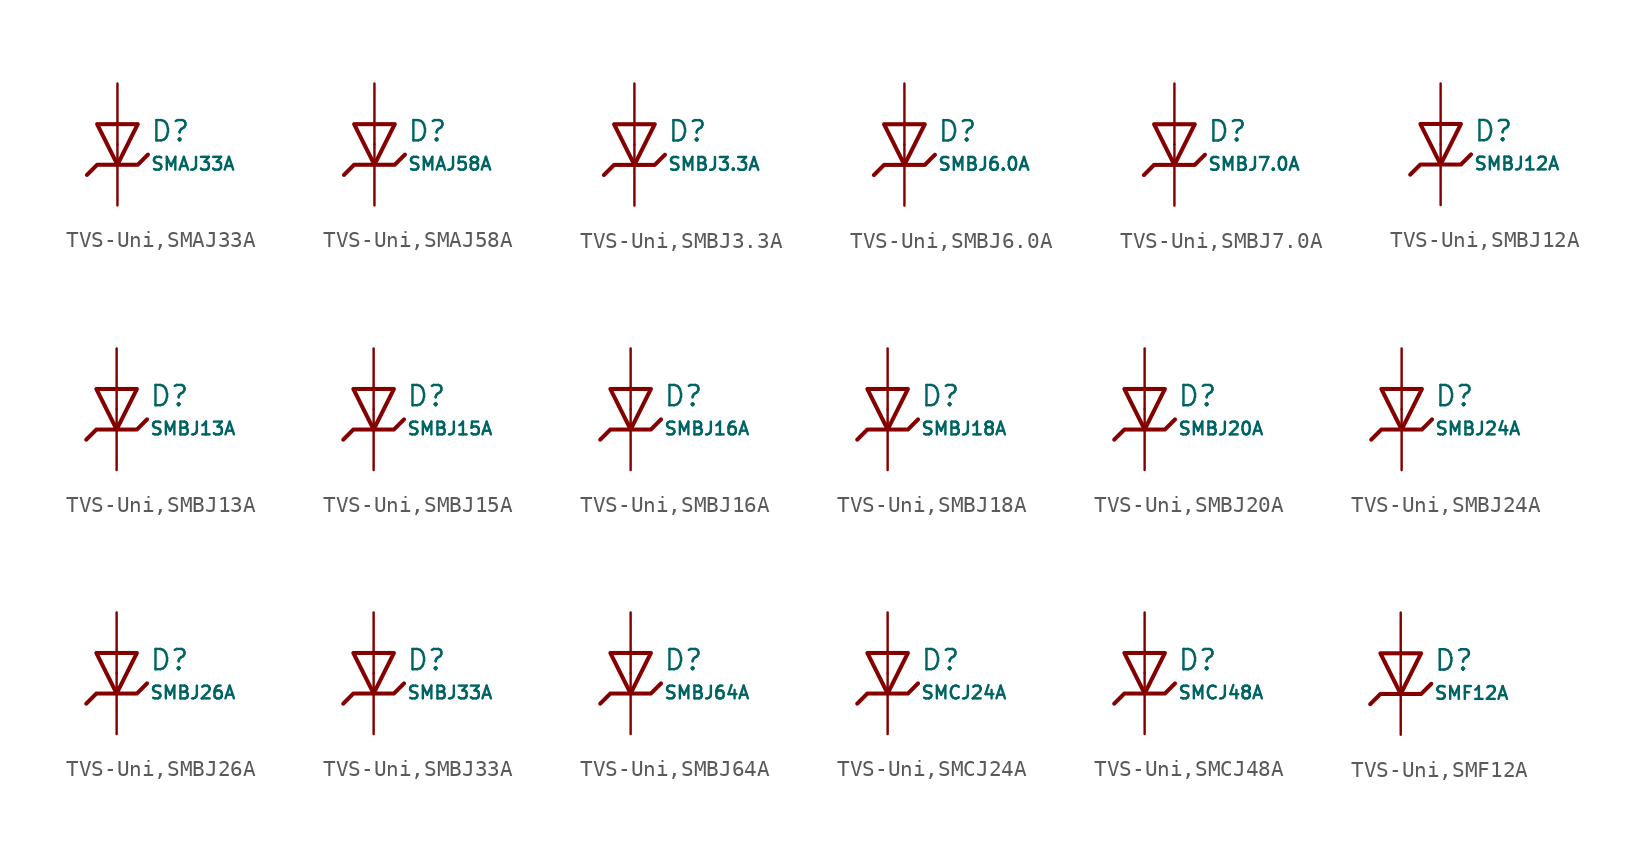
<source format=kicad_sym>
(kicad_symbol_lib
  (version 20231120)
  (generator "CDFER")
  (generator_version "8.0")
  (symbol "TVS-Uni,SMAJ33A"
    (pin_numbers hide)
    (pin_names
      (offset 0))
    (property "Reference" "D"
      (at 2.032 0.834 0)
      (effects (font (size 1.27 1.27)) (justify left)))
    (property "Value" "SMAJ33A"
      (at 2.032 -1.212 0)
      (effects (font (size 0.8 0.8)) (justify left)))
    (symbol "TVS-Uni,SMAJ33A_0_1"
      (polyline (pts (xy -1.27 1.27) (xy 0.00 -1.27) (xy 1.27 1.27) (xy -1.27 1.27)) (stroke (width 0.254) (type default)) (fill (type none))))
    (symbol "TVS-Uni,SMAJ33A_0_1"
      (polyline (pts (xy -1.905 -1.905) (xy -1.27 -1.27) (xy 1.27 -1.27) (xy 1.905 -0.635)) (stroke (width 0.254) (type default)) (fill (type none))))
    (symbol "TVS-Uni,SMAJ33A_1_1"
      (pin passive line (at 0 3.81 270) (length 3.81) (name "~" (effects (font (size 1.27 1.27)))) (number "2" (effects (font (size 1.27 1.27)))))
      (pin passive line (at 0 -3.81 90) (length 3.81) (name "~" (effects (font (size 1.27 1.27)))) (number "1" (effects (font (size 1.27 1.27)))))))
  (symbol "TVS-Uni,SMAJ58A"
    (pin_numbers hide)
    (pin_names
      (offset 0))
    (property "Reference" "D"
      (at 2.032 0.834 0)
      (effects (font (size 1.27 1.27)) (justify left)))
    (property "Value" "SMAJ58A"
      (at 2.032 -1.212 0)
      (effects (font (size 0.8 0.8)) (justify left)))
    (symbol "TVS-Uni,SMAJ58A_0_1"
      (polyline (pts (xy -1.27 1.27) (xy 0.00 -1.27) (xy 1.27 1.27) (xy -1.27 1.27)) (stroke (width 0.254) (type default)) (fill (type none))))
    (symbol "TVS-Uni,SMAJ58A_0_1"
      (polyline (pts (xy -1.905 -1.905) (xy -1.27 -1.27) (xy 1.27 -1.27) (xy 1.905 -0.635)) (stroke (width 0.254) (type default)) (fill (type none))))
    (symbol "TVS-Uni,SMAJ58A_1_1"
      (pin passive line (at 0 3.81 270) (length 3.81) (name "~" (effects (font (size 1.27 1.27)))) (number "2" (effects (font (size 1.27 1.27)))))
      (pin passive line (at 0 -3.81 90) (length 3.81) (name "~" (effects (font (size 1.27 1.27)))) (number "1" (effects (font (size 1.27 1.27)))))))
  (symbol "TVS-Uni,SMBJ3.3A"
    (pin_numbers hide)
    (pin_names
      (offset 0))
    (property "Reference" "D"
      (at 2.032 0.834 0)
      (effects (font (size 1.27 1.27)) (justify left)))
    (property "Value" "SMBJ3.3A"
      (at 2.032 -1.212 0)
      (effects (font (size 0.8 0.8)) (justify left)))
    (symbol "TVS-Uni,SMBJ3.3A_0_1"
      (polyline (pts (xy -1.27 1.27) (xy 0.00 -1.27) (xy 1.27 1.27) (xy -1.27 1.27)) (stroke (width 0.254) (type default)) (fill (type none))))
    (symbol "TVS-Uni,SMBJ3.3A_0_1"
      (polyline (pts (xy -1.905 -1.905) (xy -1.27 -1.27) (xy 1.27 -1.27) (xy 1.905 -0.635)) (stroke (width 0.254) (type default)) (fill (type none))))
    (symbol "TVS-Uni,SMBJ3.3A_1_1"
      (pin passive line (at 0 3.81 270) (length 3.81) (name "~" (effects (font (size 1.27 1.27)))) (number "2" (effects (font (size 1.27 1.27)))))
      (pin passive line (at 0 -3.81 90) (length 3.81) (name "~" (effects (font (size 1.27 1.27)))) (number "1" (effects (font (size 1.27 1.27)))))))
  (symbol "TVS-Uni,SMBJ6.0A"
    (pin_numbers hide)
    (pin_names
      (offset 0))
    (property "Reference" "D"
      (at 2.032 0.834 0)
      (effects (font (size 1.27 1.27)) (justify left)))
    (property "Value" "SMBJ6.0A"
      (at 2.032 -1.212 0)
      (effects (font (size 0.8 0.8)) (justify left)))
    (symbol "TVS-Uni,SMBJ6.0A_0_1"
      (polyline (pts (xy -1.27 1.27) (xy 0.00 -1.27) (xy 1.27 1.27) (xy -1.27 1.27)) (stroke (width 0.254) (type default)) (fill (type none))))
    (symbol "TVS-Uni,SMBJ6.0A_0_1"
      (polyline (pts (xy -1.905 -1.905) (xy -1.27 -1.27) (xy 1.27 -1.27) (xy 1.905 -0.635)) (stroke (width 0.254) (type default)) (fill (type none))))
    (symbol "TVS-Uni,SMBJ6.0A_1_1"
      (pin passive line (at 0 3.81 270) (length 3.81) (name "~" (effects (font (size 1.27 1.27)))) (number "2" (effects (font (size 1.27 1.27)))))
      (pin passive line (at 0 -3.81 90) (length 3.81) (name "~" (effects (font (size 1.27 1.27)))) (number "1" (effects (font (size 1.27 1.27)))))))
  (symbol "TVS-Uni,SMBJ7.0A"
    (pin_numbers hide)
    (pin_names
      (offset 0))
    (property "Reference" "D"
      (at 2.032 0.834 0)
      (effects (font (size 1.27 1.27)) (justify left)))
    (property "Value" "SMBJ7.0A"
      (at 2.032 -1.212 0)
      (effects (font (size 0.8 0.8)) (justify left)))
    (symbol "TVS-Uni,SMBJ7.0A_0_1"
      (polyline (pts (xy -1.27 1.27) (xy 0.00 -1.27) (xy 1.27 1.27) (xy -1.27 1.27)) (stroke (width 0.254) (type default)) (fill (type none))))
    (symbol "TVS-Uni,SMBJ7.0A_0_1"
      (polyline (pts (xy -1.905 -1.905) (xy -1.27 -1.27) (xy 1.27 -1.27) (xy 1.905 -0.635)) (stroke (width 0.254) (type default)) (fill (type none))))
    (symbol "TVS-Uni,SMBJ7.0A_1_1"
      (pin passive line (at 0 3.81 270) (length 3.81) (name "~" (effects (font (size 1.27 1.27)))) (number "2" (effects (font (size 1.27 1.27)))))
      (pin passive line (at 0 -3.81 90) (length 3.81) (name "~" (effects (font (size 1.27 1.27)))) (number "1" (effects (font (size 1.27 1.27)))))))
  (symbol "TVS-Uni,SMBJ12A"
    (pin_numbers hide)
    (pin_names
      (offset 0))
    (property "Reference" "D"
      (at 2.032 0.834 0)
      (effects (font (size 1.27 1.27)) (justify left)))
    (property "Value" "SMBJ12A"
      (at 2.032 -1.212 0)
      (effects (font (size 0.8 0.8)) (justify left)))
    (symbol "TVS-Uni,SMBJ12A_0_1"
      (polyline (pts (xy -1.27 1.27) (xy 0.00 -1.27) (xy 1.27 1.27) (xy -1.27 1.27)) (stroke (width 0.254) (type default)) (fill (type none))))
    (symbol "TVS-Uni,SMBJ12A_0_1"
      (polyline (pts (xy -1.905 -1.905) (xy -1.27 -1.27) (xy 1.27 -1.27) (xy 1.905 -0.635)) (stroke (width 0.254) (type default)) (fill (type none))))
    (symbol "TVS-Uni,SMBJ12A_1_1"
      (pin passive line (at 0 3.81 270) (length 3.81) (name "~" (effects (font (size 1.27 1.27)))) (number "2" (effects (font (size 1.27 1.27)))))
      (pin passive line (at 0 -3.81 90) (length 3.81) (name "~" (effects (font (size 1.27 1.27)))) (number "1" (effects (font (size 1.27 1.27)))))))
  (symbol "TVS-Uni,SMBJ13A"
    (pin_numbers hide)
    (pin_names
      (offset 0))
    (property "Reference" "D"
      (at 2.032 0.834 0)
      (effects (font (size 1.27 1.27)) (justify left)))
    (property "Value" "SMBJ13A"
      (at 2.032 -1.212 0)
      (effects (font (size 0.8 0.8)) (justify left)))
    (symbol "TVS-Uni,SMBJ13A_0_1"
      (polyline (pts (xy -1.27 1.27) (xy 0.00 -1.27) (xy 1.27 1.27) (xy -1.27 1.27)) (stroke (width 0.254) (type default)) (fill (type none))))
    (symbol "TVS-Uni,SMBJ13A_0_1"
      (polyline (pts (xy -1.905 -1.905) (xy -1.27 -1.27) (xy 1.27 -1.27) (xy 1.905 -0.635)) (stroke (width 0.254) (type default)) (fill (type none))))
    (symbol "TVS-Uni,SMBJ13A_1_1"
      (pin passive line (at 0 3.81 270) (length 3.81) (name "~" (effects (font (size 1.27 1.27)))) (number "2" (effects (font (size 1.27 1.27)))))
      (pin passive line (at 0 -3.81 90) (length 3.81) (name "~" (effects (font (size 1.27 1.27)))) (number "1" (effects (font (size 1.27 1.27)))))))
  (symbol "TVS-Uni,SMBJ15A"
    (pin_numbers hide)
    (pin_names
      (offset 0))
    (property "Reference" "D"
      (at 2.032 0.834 0)
      (effects (font (size 1.27 1.27)) (justify left)))
    (property "Value" "SMBJ15A"
      (at 2.032 -1.212 0)
      (effects (font (size 0.8 0.8)) (justify left)))
    (symbol "TVS-Uni,SMBJ15A_0_1"
      (polyline (pts (xy -1.27 1.27) (xy 0.00 -1.27) (xy 1.27 1.27) (xy -1.27 1.27)) (stroke (width 0.254) (type default)) (fill (type none))))
    (symbol "TVS-Uni,SMBJ15A_0_1"
      (polyline (pts (xy -1.905 -1.905) (xy -1.27 -1.27) (xy 1.27 -1.27) (xy 1.905 -0.635)) (stroke (width 0.254) (type default)) (fill (type none))))
    (symbol "TVS-Uni,SMBJ15A_1_1"
      (pin passive line (at 0 3.81 270) (length 3.81) (name "~" (effects (font (size 1.27 1.27)))) (number "2" (effects (font (size 1.27 1.27)))))
      (pin passive line (at 0 -3.81 90) (length 3.81) (name "~" (effects (font (size 1.27 1.27)))) (number "1" (effects (font (size 1.27 1.27)))))))
  (symbol "TVS-Uni,SMBJ16A"
    (pin_numbers hide)
    (pin_names
      (offset 0))
    (property "Reference" "D"
      (at 2.032 0.834 0)
      (effects (font (size 1.27 1.27)) (justify left)))
    (property "Value" "SMBJ16A"
      (at 2.032 -1.212 0)
      (effects (font (size 0.8 0.8)) (justify left)))
    (symbol "TVS-Uni,SMBJ16A_0_1"
      (polyline (pts (xy -1.27 1.27) (xy 0.00 -1.27) (xy 1.27 1.27) (xy -1.27 1.27)) (stroke (width 0.254) (type default)) (fill (type none))))
    (symbol "TVS-Uni,SMBJ16A_0_1"
      (polyline (pts (xy -1.905 -1.905) (xy -1.27 -1.27) (xy 1.27 -1.27) (xy 1.905 -0.635)) (stroke (width 0.254) (type default)) (fill (type none))))
    (symbol "TVS-Uni,SMBJ16A_1_1"
      (pin passive line (at 0 3.81 270) (length 3.81) (name "~" (effects (font (size 1.27 1.27)))) (number "2" (effects (font (size 1.27 1.27)))))
      (pin passive line (at 0 -3.81 90) (length 3.81) (name "~" (effects (font (size 1.27 1.27)))) (number "1" (effects (font (size 1.27 1.27)))))))
  (symbol "TVS-Uni,SMBJ18A"
    (pin_numbers hide)
    (pin_names
      (offset 0))
    (property "Reference" "D"
      (at 2.032 0.834 0)
      (effects (font (size 1.27 1.27)) (justify left)))
    (property "Value" "SMBJ18A"
      (at 2.032 -1.212 0)
      (effects (font (size 0.8 0.8)) (justify left)))
    (symbol "TVS-Uni,SMBJ18A_0_1"
      (polyline (pts (xy -1.27 1.27) (xy 0.00 -1.27) (xy 1.27 1.27) (xy -1.27 1.27)) (stroke (width 0.254) (type default)) (fill (type none))))
    (symbol "TVS-Uni,SMBJ18A_0_1"
      (polyline (pts (xy -1.905 -1.905) (xy -1.27 -1.27) (xy 1.27 -1.27) (xy 1.905 -0.635)) (stroke (width 0.254) (type default)) (fill (type none))))
    (symbol "TVS-Uni,SMBJ18A_1_1"
      (pin passive line (at 0 3.81 270) (length 3.81) (name "~" (effects (font (size 1.27 1.27)))) (number "2" (effects (font (size 1.27 1.27)))))
      (pin passive line (at 0 -3.81 90) (length 3.81) (name "~" (effects (font (size 1.27 1.27)))) (number "1" (effects (font (size 1.27 1.27)))))))
  (symbol "TVS-Uni,SMBJ20A"
    (pin_numbers hide)
    (pin_names
      (offset 0))
    (property "Reference" "D"
      (at 2.032 0.834 0)
      (effects (font (size 1.27 1.27)) (justify left)))
    (property "Value" "SMBJ20A"
      (at 2.032 -1.212 0)
      (effects (font (size 0.8 0.8)) (justify left)))
    (symbol "TVS-Uni,SMBJ20A_0_1"
      (polyline (pts (xy -1.27 1.27) (xy 0.00 -1.27) (xy 1.27 1.27) (xy -1.27 1.27)) (stroke (width 0.254) (type default)) (fill (type none))))
    (symbol "TVS-Uni,SMBJ20A_0_1"
      (polyline (pts (xy -1.905 -1.905) (xy -1.27 -1.27) (xy 1.27 -1.27) (xy 1.905 -0.635)) (stroke (width 0.254) (type default)) (fill (type none))))
    (symbol "TVS-Uni,SMBJ20A_1_1"
      (pin passive line (at 0 3.81 270) (length 3.81) (name "~" (effects (font (size 1.27 1.27)))) (number "2" (effects (font (size 1.27 1.27)))))
      (pin passive line (at 0 -3.81 90) (length 3.81) (name "~" (effects (font (size 1.27 1.27)))) (number "1" (effects (font (size 1.27 1.27)))))))
  (symbol "TVS-Uni,SMBJ24A"
    (pin_numbers hide)
    (pin_names
      (offset 0))
    (property "Reference" "D"
      (at 2.032 0.834 0)
      (effects (font (size 1.27 1.27)) (justify left)))
    (property "Value" "SMBJ24A"
      (at 2.032 -1.212 0)
      (effects (font (size 0.8 0.8)) (justify left)))
    (symbol "TVS-Uni,SMBJ24A_0_1"
      (polyline (pts (xy -1.27 1.27) (xy 0.00 -1.27) (xy 1.27 1.27) (xy -1.27 1.27)) (stroke (width 0.254) (type default)) (fill (type none))))
    (symbol "TVS-Uni,SMBJ24A_0_1"
      (polyline (pts (xy -1.905 -1.905) (xy -1.27 -1.27) (xy 1.27 -1.27) (xy 1.905 -0.635)) (stroke (width 0.254) (type default)) (fill (type none))))
    (symbol "TVS-Uni,SMBJ24A_1_1"
      (pin passive line (at 0 3.81 270) (length 3.81) (name "~" (effects (font (size 1.27 1.27)))) (number "2" (effects (font (size 1.27 1.27)))))
      (pin passive line (at 0 -3.81 90) (length 3.81) (name "~" (effects (font (size 1.27 1.27)))) (number "1" (effects (font (size 1.27 1.27)))))))
  (symbol "TVS-Uni,SMBJ26A"
    (pin_numbers hide)
    (pin_names
      (offset 0))
    (property "Reference" "D"
      (at 2.032 0.834 0)
      (effects (font (size 1.27 1.27)) (justify left)))
    (property "Value" "SMBJ26A"
      (at 2.032 -1.212 0)
      (effects (font (size 0.8 0.8)) (justify left)))
    (symbol "TVS-Uni,SMBJ26A_0_1"
      (polyline (pts (xy -1.27 1.27) (xy 0.00 -1.27) (xy 1.27 1.27) (xy -1.27 1.27)) (stroke (width 0.254) (type default)) (fill (type none))))
    (symbol "TVS-Uni,SMBJ26A_0_1"
      (polyline (pts (xy -1.905 -1.905) (xy -1.27 -1.27) (xy 1.27 -1.27) (xy 1.905 -0.635)) (stroke (width 0.254) (type default)) (fill (type none))))
    (symbol "TVS-Uni,SMBJ26A_1_1"
      (pin passive line (at 0 3.81 270) (length 3.81) (name "~" (effects (font (size 1.27 1.27)))) (number "2" (effects (font (size 1.27 1.27)))))
      (pin passive line (at 0 -3.81 90) (length 3.81) (name "~" (effects (font (size 1.27 1.27)))) (number "1" (effects (font (size 1.27 1.27)))))))
  (symbol "TVS-Uni,SMBJ33A"
    (pin_numbers hide)
    (pin_names
      (offset 0))
    (property "Reference" "D"
      (at 2.032 0.834 0)
      (effects (font (size 1.27 1.27)) (justify left)))
    (property "Value" "SMBJ33A"
      (at 2.032 -1.212 0)
      (effects (font (size 0.8 0.8)) (justify left)))
    (symbol "TVS-Uni,SMBJ33A_0_1"
      (polyline (pts (xy -1.27 1.27) (xy 0.00 -1.27) (xy 1.27 1.27) (xy -1.27 1.27)) (stroke (width 0.254) (type default)) (fill (type none))))
    (symbol "TVS-Uni,SMBJ33A_0_1"
      (polyline (pts (xy -1.905 -1.905) (xy -1.27 -1.27) (xy 1.27 -1.27) (xy 1.905 -0.635)) (stroke (width 0.254) (type default)) (fill (type none))))
    (symbol "TVS-Uni,SMBJ33A_1_1"
      (pin passive line (at 0 3.81 270) (length 3.81) (name "~" (effects (font (size 1.27 1.27)))) (number "2" (effects (font (size 1.27 1.27)))))
      (pin passive line (at 0 -3.81 90) (length 3.81) (name "~" (effects (font (size 1.27 1.27)))) (number "1" (effects (font (size 1.27 1.27)))))))
  (symbol "TVS-Uni,SMBJ64A"
    (pin_numbers hide)
    (pin_names
      (offset 0))
    (property "Reference" "D"
      (at 2.032 0.834 0)
      (effects (font (size 1.27 1.27)) (justify left)))
    (property "Value" "SMBJ64A"
      (at 2.032 -1.212 0)
      (effects (font (size 0.8 0.8)) (justify left)))
    (symbol "TVS-Uni,SMBJ64A_0_1"
      (polyline (pts (xy -1.27 1.27) (xy 0.00 -1.27) (xy 1.27 1.27) (xy -1.27 1.27)) (stroke (width 0.254) (type default)) (fill (type none))))
    (symbol "TVS-Uni,SMBJ64A_0_1"
      (polyline (pts (xy -1.905 -1.905) (xy -1.27 -1.27) (xy 1.27 -1.27) (xy 1.905 -0.635)) (stroke (width 0.254) (type default)) (fill (type none))))
    (symbol "TVS-Uni,SMBJ64A_1_1"
      (pin passive line (at 0 3.81 270) (length 3.81) (name "~" (effects (font (size 1.27 1.27)))) (number "2" (effects (font (size 1.27 1.27)))))
      (pin passive line (at 0 -3.81 90) (length 3.81) (name "~" (effects (font (size 1.27 1.27)))) (number "1" (effects (font (size 1.27 1.27)))))))
  (symbol "TVS-Uni,SMCJ24A"
    (pin_numbers hide)
    (pin_names
      (offset 0))
    (property "Reference" "D"
      (at 2.032 0.834 0)
      (effects (font (size 1.27 1.27)) (justify left)))
    (property "Value" "SMCJ24A"
      (at 2.032 -1.212 0)
      (effects (font (size 0.8 0.8)) (justify left)))
    (symbol "TVS-Uni,SMCJ24A_0_1"
      (polyline (pts (xy -1.27 1.27) (xy 0.00 -1.27) (xy 1.27 1.27) (xy -1.27 1.27)) (stroke (width 0.254) (type default)) (fill (type none))))
    (symbol "TVS-Uni,SMCJ24A_0_1"
      (polyline (pts (xy -1.905 -1.905) (xy -1.27 -1.27) (xy 1.27 -1.27) (xy 1.905 -0.635)) (stroke (width 0.254) (type default)) (fill (type none))))
    (symbol "TVS-Uni,SMCJ24A_1_1"
      (pin passive line (at 0 3.81 270) (length 3.81) (name "~" (effects (font (size 1.27 1.27)))) (number "2" (effects (font (size 1.27 1.27)))))
      (pin passive line (at 0 -3.81 90) (length 3.81) (name "~" (effects (font (size 1.27 1.27)))) (number "1" (effects (font (size 1.27 1.27)))))))
  (symbol "TVS-Uni,SMCJ48A"
    (pin_numbers hide)
    (pin_names
      (offset 0))
    (property "Reference" "D"
      (at 2.032 0.834 0)
      (effects (font (size 1.27 1.27)) (justify left)))
    (property "Value" "SMCJ48A"
      (at 2.032 -1.212 0)
      (effects (font (size 0.8 0.8)) (justify left)))
    (symbol "TVS-Uni,SMCJ48A_0_1"
      (polyline (pts (xy -1.27 1.27) (xy 0.00 -1.27) (xy 1.27 1.27) (xy -1.27 1.27)) (stroke (width 0.254) (type default)) (fill (type none))))
    (symbol "TVS-Uni,SMCJ48A_0_1"
      (polyline (pts (xy -1.905 -1.905) (xy -1.27 -1.27) (xy 1.27 -1.27) (xy 1.905 -0.635)) (stroke (width 0.254) (type default)) (fill (type none))))
    (symbol "TVS-Uni,SMCJ48A_1_1"
      (pin passive line (at 0 3.81 270) (length 3.81) (name "~" (effects (font (size 1.27 1.27)))) (number "2" (effects (font (size 1.27 1.27)))))
      (pin passive line (at 0 -3.81 90) (length 3.81) (name "~" (effects (font (size 1.27 1.27)))) (number "1" (effects (font (size 1.27 1.27)))))))
  (symbol "TVS-Uni,SMF12A"
    (pin_numbers hide)
    (pin_names
      (offset 0))
    (property "Reference" "D"
      (at 2.032 0.834 0)
      (effects (font (size 1.27 1.27)) (justify left)))
    (property "Value" "SMF12A"
      (at 2.032 -1.212 0)
      (effects (font (size 0.8 0.8)) (justify left)))
    (symbol "TVS-Uni,SMF12A_0_1"
      (polyline (pts (xy -1.27 1.27) (xy 0.00 -1.27) (xy 1.27 1.27) (xy -1.27 1.27)) (stroke (width 0.254) (type default)) (fill (type none))))
    (symbol "TVS-Uni,SMF12A_0_1"
      (polyline (pts (xy -1.905 -1.905) (xy -1.27 -1.27) (xy 1.27 -1.27) (xy 1.905 -0.635)) (stroke (width 0.254) (type default)) (fill (type none))))
    (symbol "TVS-Uni,SMF12A_1_1"
      (pin passive line (at 0 3.81 270) (length 3.81) (name "~" (effects (font (size 1.27 1.27)))) (number "2" (effects (font (size 1.27 1.27)))))
      (pin passive line (at 0 -3.81 90) (length 3.81) (name "~" (effects (font (size 1.27 1.27)))) (number "1" (effects (font (size 1.27 1.27))))))))
</source>
